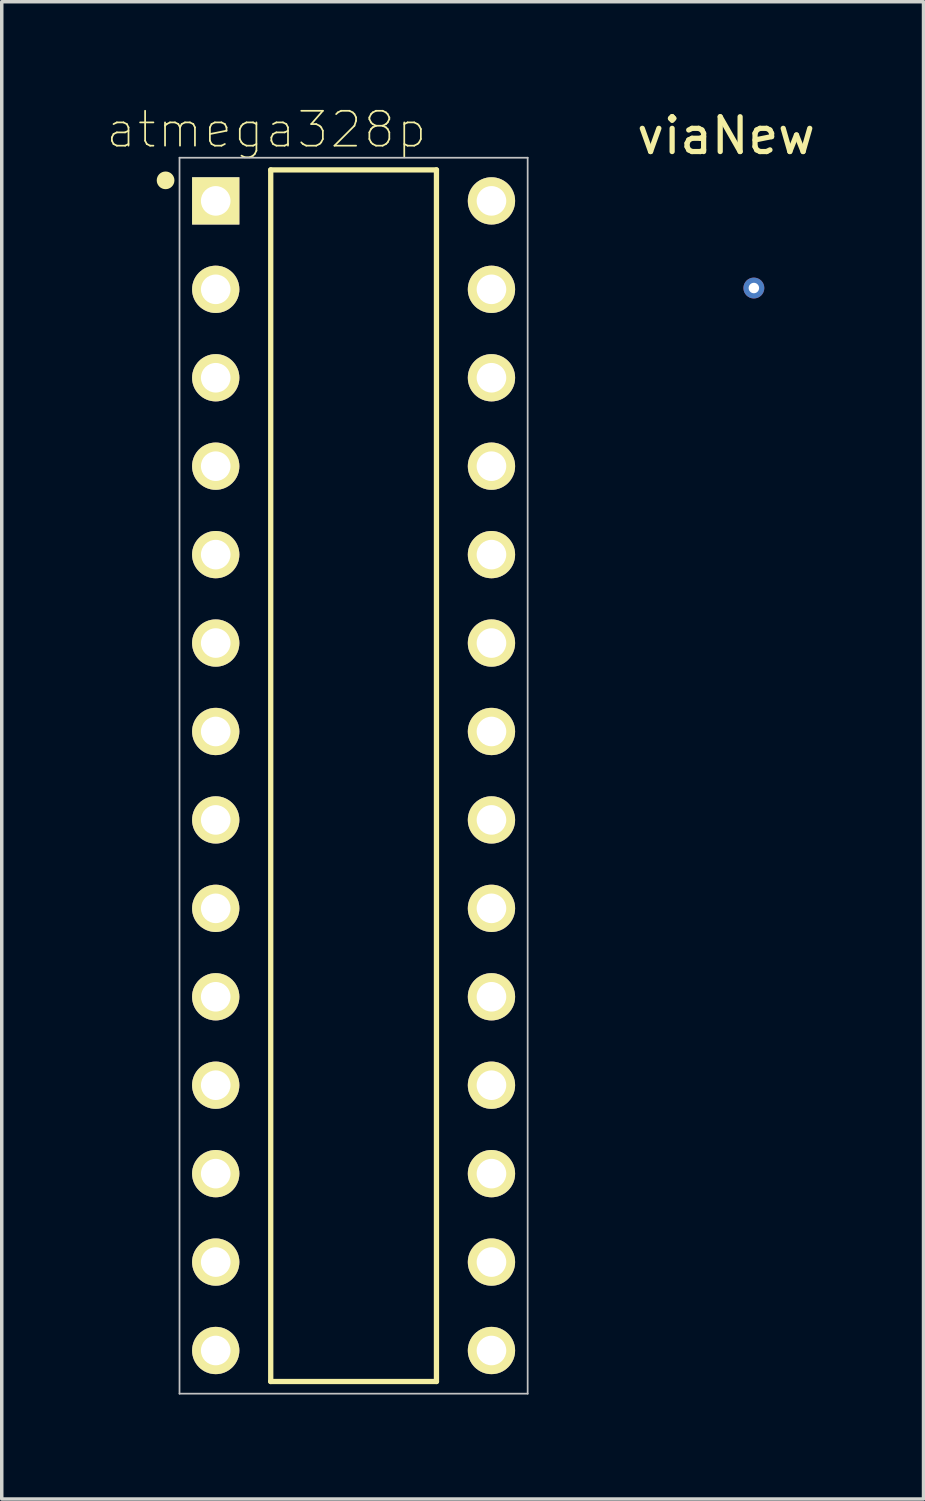
<source format=kicad_pcb>
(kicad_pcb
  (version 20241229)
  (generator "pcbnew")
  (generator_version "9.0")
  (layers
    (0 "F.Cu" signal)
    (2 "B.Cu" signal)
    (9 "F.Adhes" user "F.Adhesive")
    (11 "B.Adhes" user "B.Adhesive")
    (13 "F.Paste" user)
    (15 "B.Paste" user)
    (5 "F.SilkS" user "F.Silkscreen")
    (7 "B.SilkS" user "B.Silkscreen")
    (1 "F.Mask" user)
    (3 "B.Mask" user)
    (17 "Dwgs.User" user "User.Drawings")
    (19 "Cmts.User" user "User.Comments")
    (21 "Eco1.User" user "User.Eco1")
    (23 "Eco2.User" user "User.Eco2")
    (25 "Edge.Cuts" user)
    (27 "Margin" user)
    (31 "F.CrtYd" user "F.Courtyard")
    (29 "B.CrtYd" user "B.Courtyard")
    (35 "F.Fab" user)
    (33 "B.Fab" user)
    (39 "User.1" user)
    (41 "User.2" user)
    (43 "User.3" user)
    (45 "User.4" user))
  (footprint "viaNew"
    (layer "F.Cu")
    (at 18.603 5.223)
    (property "Reference" "viaNew" (at -0.8 -4.375 0) (layer "F.SilkS") (effects (font (size 1 1) (thickness 0.15))))
    (attr through_hole)
    (pad "1" thru_hole circle (at 0 0) (size 0.6 0.6) (drill 0.3) (layers "*.Cu")))
  (footprint "atmega328p"
    (layer "F.Cu")
    (at 7.106 19.23)
    (property "Reference" "atmega328p" (at -2.505 -18.557 0) (layer "F.SilkS") (effects (font (size 1.002 1.002) (thickness 0.05))))
    (attr through_hole)
    (fp_line (start -2.38 -17.4) (end -2.38 17.4) (stroke (width 0.152) (type solid)) (layer "F.SilkS"))
    (fp_line (start 2.38 -17.4) (end -2.38 -17.4) (stroke (width 0.152) (type solid)) (layer "F.SilkS"))
    (fp_line (start 2.38 17.4) (end -2.38 17.4) (stroke (width 0.152) (type solid)) (layer "F.SilkS"))
    (fp_line (start 2.38 17.4) (end 2.38 -17.4) (stroke (width 0.152) (type solid)) (layer "F.SilkS"))
    (fp_circle (center -5.4 -17.1) (end -5.146 -17.1) (stroke (width 0) (type solid)) (fill yes) (layer "F.SilkS"))
    (fp_line (start -5 -17.75) (end 5 -17.75) (stroke (width 0.05) (type solid)) (layer "Dwgs.User"))
    (fp_line (start -5 17.75) (end -5 -17.75) (stroke (width 0.05) (type solid)) (layer "Dwgs.User"))
    (fp_line (start 5 -17.75) (end 5 17.75) (stroke (width 0.05) (type solid)) (layer "Dwgs.User"))
    (fp_line (start 5 17.75) (end -5 17.75) (stroke (width 0.05) (type solid)) (layer "Dwgs.User"))
    (pad "1" thru_hole rect (at -3.96 -16.51) (size 1.358 1.358) (drill 0.85) (layers "*.Cu" "*.Mask" "F.SilkS"))
    (pad "2" thru_hole circle (at -3.96 -13.97) (size 1.358 1.358) (drill 0.85) (layers "*.Cu" "*.Mask" "F.SilkS"))
    (pad "3" thru_hole circle (at -3.96 -11.43) (size 1.358 1.358) (drill 0.85) (layers "*.Cu" "*.Mask" "F.SilkS"))
    (pad "4" thru_hole circle (at -3.96 -8.89) (size 1.358 1.358) (drill 0.85) (layers "*.Cu" "*.Mask" "F.SilkS"))
    (pad "5" thru_hole circle (at -3.96 -6.35) (size 1.358 1.358) (drill 0.85) (layers "*.Cu" "*.Mask" "F.SilkS"))
    (pad "6" thru_hole circle (at -3.96 -3.81) (size 1.358 1.358) (drill 0.85) (layers "*.Cu" "*.Mask" "F.SilkS"))
    (pad "7" thru_hole circle (at -3.96 -1.27) (size 1.358 1.358) (drill 0.85) (layers "*.Cu" "*.Mask" "F.SilkS"))
    (pad "8" thru_hole circle (at -3.96 1.27) (size 1.358 1.358) (drill 0.85) (layers "*.Cu" "*.Mask" "F.SilkS"))
    (pad "9" thru_hole circle (at -3.96 3.81) (size 1.358 1.358) (drill 0.85) (layers "*.Cu" "*.Mask" "F.SilkS"))
    (pad "10" thru_hole circle (at -3.96 6.35) (size 1.358 1.358) (drill 0.85) (layers "*.Cu" "*.Mask" "F.SilkS"))
    (pad "11" thru_hole circle (at -3.96 8.89) (size 1.358 1.358) (drill 0.85) (layers "*.Cu" "*.Mask" "F.SilkS"))
    (pad "12" thru_hole circle (at -3.96 11.43) (size 1.358 1.358) (drill 0.85) (layers "*.Cu" "*.Mask" "F.SilkS"))
    (pad "13" thru_hole circle (at -3.96 13.97) (size 1.358 1.358) (drill 0.85) (layers "*.Cu" "*.Mask" "F.SilkS"))
    (pad "14" thru_hole circle (at -3.96 16.51) (size 1.358 1.358) (drill 0.85) (layers "*.Cu" "*.Mask" "F.SilkS"))
    (pad "15" thru_hole circle (at 3.96 16.51) (size 1.358 1.358) (drill 0.85) (layers "*.Cu" "*.Mask" "F.SilkS"))
    (pad "16" thru_hole circle (at 3.96 13.97) (size 1.358 1.358) (drill 0.85) (layers "*.Cu" "*.Mask" "F.SilkS"))
    (pad "17" thru_hole circle (at 3.96 11.43) (size 1.358 1.358) (drill 0.85) (layers "*.Cu" "*.Mask" "F.SilkS"))
    (pad "18" thru_hole circle (at 3.96 8.89) (size 1.358 1.358) (drill 0.85) (layers "*.Cu" "*.Mask" "F.SilkS"))
    (pad "19" thru_hole circle (at 3.96 6.35) (size 1.358 1.358) (drill 0.85) (layers "*.Cu" "*.Mask" "F.SilkS"))
    (pad "20" thru_hole circle (at 3.96 3.81) (size 1.358 1.358) (drill 0.85) (layers "*.Cu" "*.Mask" "F.SilkS"))
    (pad "21" thru_hole circle (at 3.96 1.27) (size 1.358 1.358) (drill 0.85) (layers "*.Cu" "*.Mask" "F.SilkS"))
    (pad "22" thru_hole circle (at 3.96 -1.27) (size 1.358 1.358) (drill 0.85) (layers "*.Cu" "*.Mask" "F.SilkS"))
    (pad "23" thru_hole circle (at 3.96 -3.81) (size 1.358 1.358) (drill 0.85) (layers "*.Cu" "*.Mask" "F.SilkS"))
    (pad "24" thru_hole circle (at 3.96 -6.35) (size 1.358 1.358) (drill 0.85) (layers "*.Cu" "*.Mask" "F.SilkS"))
    (pad "25" thru_hole circle (at 3.96 -8.89) (size 1.358 1.358) (drill 0.85) (layers "*.Cu" "*.Mask" "F.SilkS"))
    (pad "26" thru_hole circle (at 3.96 -11.43) (size 1.358 1.358) (drill 0.85) (layers "*.Cu" "*.Mask" "F.SilkS"))
    (pad "27" thru_hole circle (at 3.96 -13.97) (size 1.358 1.358) (drill 0.85) (layers "*.Cu" "*.Mask" "F.SilkS"))
    (pad "28" thru_hole circle (at 3.96 -16.51) (size 1.358 1.358) (drill 0.85) (layers "*.Cu" "*.Mask" "F.SilkS")))
  (gr_rect
    (start -3 -3)
    (end 23.476 40.005)
    (stroke (width 0.1) (type default))
    (fill no)
    (layer "Edge.Cuts")))
</source>
